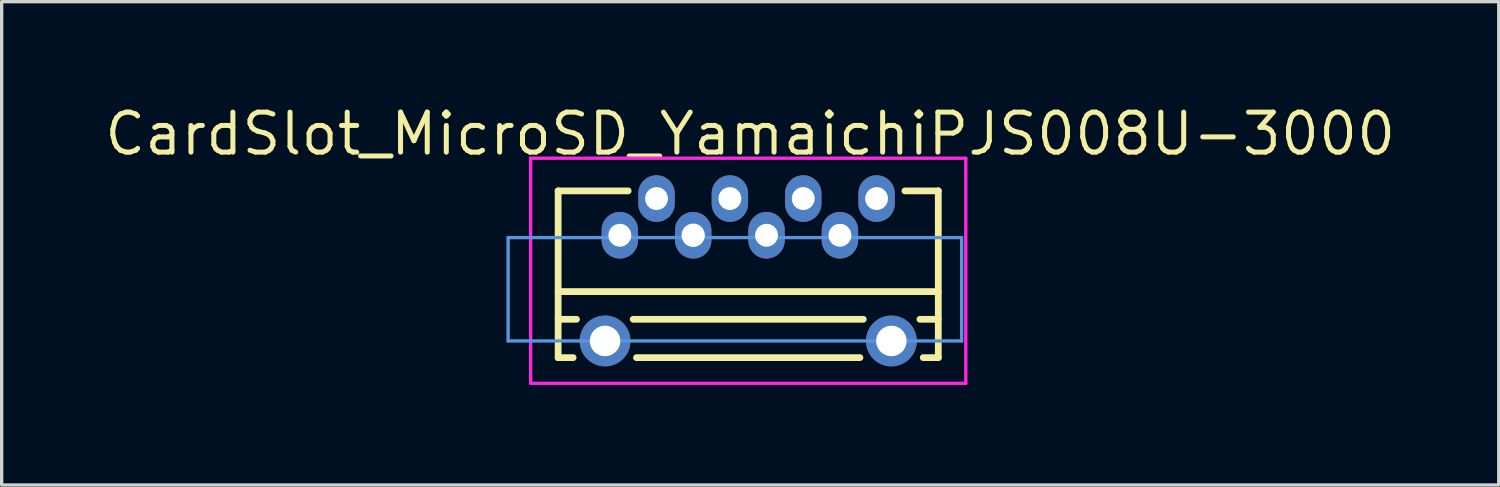
<source format=kicad_pcb>
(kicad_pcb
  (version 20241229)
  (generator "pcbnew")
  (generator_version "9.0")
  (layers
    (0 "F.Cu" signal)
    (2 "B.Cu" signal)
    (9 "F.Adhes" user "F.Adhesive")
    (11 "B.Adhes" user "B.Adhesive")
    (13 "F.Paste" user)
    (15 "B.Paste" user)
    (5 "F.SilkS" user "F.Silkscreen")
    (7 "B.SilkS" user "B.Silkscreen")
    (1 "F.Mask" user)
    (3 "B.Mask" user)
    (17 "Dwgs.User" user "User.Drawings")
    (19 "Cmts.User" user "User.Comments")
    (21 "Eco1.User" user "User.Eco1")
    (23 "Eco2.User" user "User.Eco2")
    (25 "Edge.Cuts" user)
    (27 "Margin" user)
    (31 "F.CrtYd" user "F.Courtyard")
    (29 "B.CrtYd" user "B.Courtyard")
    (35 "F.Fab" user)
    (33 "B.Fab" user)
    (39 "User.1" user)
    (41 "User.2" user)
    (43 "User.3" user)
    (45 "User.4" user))
  (footprint "CardSlot_MicroSD_YamaichiPJS008U-3000"
    (layer "F.Cu")
    (at 18.988 5.625)
    (property "Reference" "CardSlot_MicroSD_YamaichiPJS008U-3000" (at 0.46 -4.66 180) (layer "F.SilkS") (effects (font (size 1.2 1.2) (thickness 0.15))))
    (attr through_hole)
    (fp_line (start -5.3 -2.95) (end -5.3 2.05) (stroke (width 0.203) (type solid)) (layer "F.SilkS"))
    (fp_line (start -5.3 0.07) (end 6.1 0.07) (stroke (width 0.203) (type solid)) (layer "F.SilkS"))
    (fp_line (start -5.3 0.9) (end -4.75 0.9) (stroke (width 0.203) (type solid)) (layer "F.SilkS"))
    (fp_line (start -5.3 2.05) (end -4.85 2.05) (stroke (width 0.203) (type solid)) (layer "F.SilkS"))
    (fp_line (start -3.2 -2.95) (end -5.3 -2.95) (stroke (width 0.203) (type solid)) (layer "F.SilkS"))
    (fp_line (start -3.05 0.9) (end 3.85 0.9) (stroke (width 0.203) (type solid)) (layer "F.SilkS"))
    (fp_line (start -2.95 2.05) (end 3.75 2.05) (stroke (width 0.203) (type solid)) (layer "F.SilkS"))
    (fp_line (start 5.55 0.9) (end 6.1 0.9) (stroke (width 0.203) (type solid)) (layer "F.SilkS"))
    (fp_line (start 5.65 2.05) (end 6.1 2.05) (stroke (width 0.203) (type solid)) (layer "F.SilkS"))
    (fp_line (start 6.1 -2.95) (end 5.1 -2.95) (stroke (width 0.203) (type solid)) (layer "F.SilkS"))
    (fp_line (start 6.1 -2.95) (end 6.1 2.05) (stroke (width 0.203) (type solid)) (layer "F.SilkS"))
    (fp_line (start -6.8 -1.55) (end -6.8 1.55) (stroke (width 0.1) (type solid)) (layer "Cmts.User"))
    (fp_line (start -6.8 -1.55) (end 6.8 -1.55) (stroke (width 0.1) (type solid)) (layer "Cmts.User"))
    (fp_line (start -6.8 1.55) (end 6.8 1.55) (stroke (width 0.1) (type solid)) (layer "Cmts.User"))
    (fp_line (start 6.8 -1.55) (end 6.8 1.55) (stroke (width 0.1) (type solid)) (layer "Cmts.User"))
    (fp_line (start -6.4 -1.15) (end -6.4 1.15) (stroke (width 0.1) (type solid)) (layer "Eco1.User"))
    (fp_line (start -6.4 -1.15) (end 6.4 -1.15) (stroke (width 0.1) (type solid)) (layer "Eco1.User"))
    (fp_line (start -6.4 1.15) (end 6.4 1.15) (stroke (width 0.1) (type solid)) (layer "Eco1.User"))
    (fp_line (start 6.4 -1.15) (end 6.4 1.15) (stroke (width 0.1) (type solid)) (layer "Eco1.User"))
    (fp_line (start -6.125 -3.93) (end -6.125 2.82) (stroke (width 0.1) (type solid)) (layer "F.CrtYd"))
    (fp_line (start -6.125 -3.93) (end 6.925 -3.93) (stroke (width 0.1) (type solid)) (layer "F.CrtYd"))
    (fp_line (start -6.125 2.82) (end 6.925 2.82) (stroke (width 0.1) (type solid)) (layer "F.CrtYd"))
    (fp_line (start 6.925 -3.93) (end 6.925 2.82) (stroke (width 0.1) (type solid)) (layer "F.CrtYd"))
    (pad "1" thru_hole oval (at -3.45 -1.62) (size 1.092 1.397) (drill 0.686) (layers "*.Cu" "*.Mask"))
    (pad "2" thru_hole oval (at -2.35 -2.72) (size 1.092 1.397) (drill 0.686) (layers "*.Cu" "*.Mask"))
    (pad "3" thru_hole oval (at -1.25 -1.62) (size 1.092 1.397) (drill 0.7) (layers "*.Cu" "*.Mask"))
    (pad "4" thru_hole oval (at -0.15 -2.72) (size 1.092 1.397) (drill 0.686) (layers "*.Cu" "*.Mask"))
    (pad "5" thru_hole oval (at 0.95 -1.62) (size 1.092 1.397) (drill 0.686) (layers "*.Cu" "*.Mask"))
    (pad "6" thru_hole oval (at 2.05 -2.72) (size 1.092 1.397) (drill 0.686) (layers "*.Cu" "*.Mask"))
    (pad "7" thru_hole oval (at 3.15 -1.62) (size 1.092 1.397) (drill 0.686) (layers "*.Cu" "*.Mask"))
    (pad "8" thru_hole oval (at 4.25 -2.72) (size 1.092 1.397) (drill 0.686) (layers "*.Cu" "*.Mask"))
    (pad "9" thru_hole oval (at -3.893 1.55) (size 1.524 1.524) (drill 0.914) (layers "*.Cu" "*.Mask"))
    (pad "10" thru_hole oval (at 4.693 1.55) (size 1.524 1.524) (drill 0.914) (layers "*.Cu" "*.Mask")))
  (gr_rect
    (start -3 -3)
    (end 41.896 11.495)
    (stroke (width 0.1) (type default))
    (fill no)
    (layer "Edge.Cuts")))
</source>
